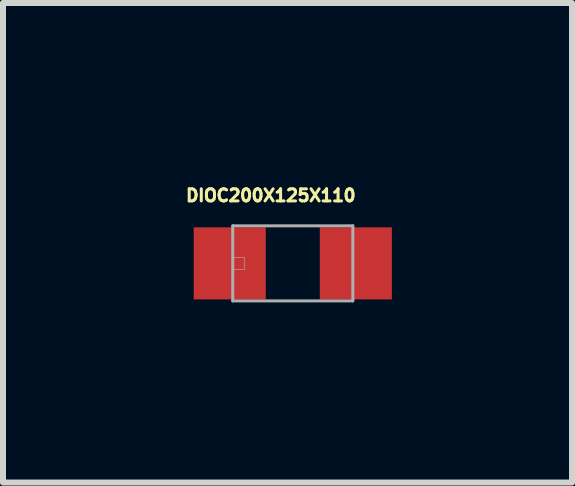
<source format=kicad_pcb>
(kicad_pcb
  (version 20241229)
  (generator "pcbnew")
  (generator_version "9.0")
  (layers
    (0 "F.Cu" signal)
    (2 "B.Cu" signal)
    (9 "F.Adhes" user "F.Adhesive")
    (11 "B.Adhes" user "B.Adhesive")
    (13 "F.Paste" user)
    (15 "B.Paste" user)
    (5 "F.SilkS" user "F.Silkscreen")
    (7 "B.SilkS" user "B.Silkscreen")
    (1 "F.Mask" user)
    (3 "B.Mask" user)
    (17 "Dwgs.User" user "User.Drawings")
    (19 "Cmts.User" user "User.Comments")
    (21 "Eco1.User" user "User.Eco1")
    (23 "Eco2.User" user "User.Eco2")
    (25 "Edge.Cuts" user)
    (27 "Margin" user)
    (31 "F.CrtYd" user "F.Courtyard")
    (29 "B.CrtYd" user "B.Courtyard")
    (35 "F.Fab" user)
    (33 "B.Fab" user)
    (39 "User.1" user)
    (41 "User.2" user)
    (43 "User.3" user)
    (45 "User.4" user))
  (footprint "DIOC200X125X110"
    (layer "F.Cu")
    (at 1.826 1.336)
    (property "Reference" "DIOC200X125X110" (at -0.366 -1.131 0) (layer "F.SilkS") (effects (font (size 0.201 0.201) (thickness 0.15))))
    (attr smd)
    (fp_line (start -1 -0.625) (end -1 0.625) (stroke (width 0.05) (type solid)) (layer "F.Fab"))
    (fp_line (start -1 0.625) (end 1 0.625) (stroke (width 0.05) (type solid)) (layer "F.Fab"))
    (fp_line (start 1 -0.625) (end -1 -0.625) (stroke (width 0.05) (type solid)) (layer "F.Fab"))
    (fp_line (start 1 0.625) (end 1 -0.625) (stroke (width 0.05) (type solid)) (layer "F.Fab"))
    (fp_poly (pts (xy -1.003 -0.1) (xy -0.8 -0.1) (xy -0.8 0.1) (xy -1.003 0.1)) (stroke (width 0.01) (type solid)) (fill no) (layer "F.Fab"))
    (pad "+" smd rect (at 1.05 0) (size 1.2 1.2) (layers "F.Cu" "F.Mask" "F.Paste"))
    (pad "-" smd rect (at -1.05 0) (size 1.2 1.2) (layers "F.Cu" "F.Mask" "F.Paste")))
  (gr_rect
    (start -3 -3)
    (end 6.476 4.986)
    (stroke (width 0.1) (type default))
    (fill no)
    (layer "Edge.Cuts")))
</source>
